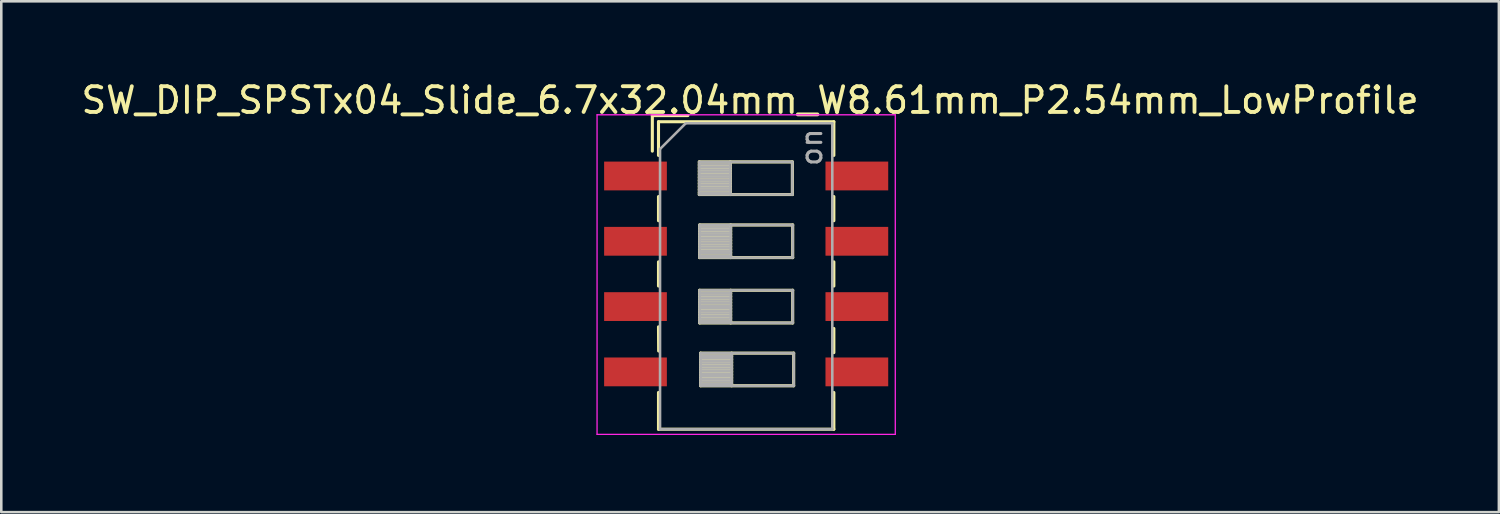
<source format=kicad_pcb>
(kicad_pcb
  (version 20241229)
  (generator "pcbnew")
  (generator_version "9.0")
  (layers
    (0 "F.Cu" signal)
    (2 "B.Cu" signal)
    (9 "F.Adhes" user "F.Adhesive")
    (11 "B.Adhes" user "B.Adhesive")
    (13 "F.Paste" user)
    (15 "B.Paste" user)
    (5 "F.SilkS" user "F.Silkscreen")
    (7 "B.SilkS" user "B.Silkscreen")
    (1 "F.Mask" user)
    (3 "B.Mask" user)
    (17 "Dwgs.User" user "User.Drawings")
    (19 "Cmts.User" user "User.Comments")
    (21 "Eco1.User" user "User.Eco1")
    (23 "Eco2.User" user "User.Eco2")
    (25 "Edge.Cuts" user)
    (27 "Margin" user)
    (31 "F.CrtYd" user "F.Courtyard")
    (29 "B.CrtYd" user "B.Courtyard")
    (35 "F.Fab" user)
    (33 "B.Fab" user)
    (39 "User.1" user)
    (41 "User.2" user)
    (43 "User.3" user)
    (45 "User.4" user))
  (footprint "SW_DIP_SPSTx04_Slide_6.7x32.04mm_W8.61mm_P2.54mm_LowProfile"
    (layer "F.Cu")
    (at 25.973 7.605)
    (property "Reference" "SW_DIP_SPSTx04_Slide_6.7x32.04mm_W8.61mm_P2.54mm_LowProfile" (at 0.152 -6.756 0) (layer "F.SilkS") (effects (font (size 1 1) (thickness 0.15))))
    (attr smd)
    (fp_line (start -3.65 -6.16) (end -3.65 -4.777) (stroke (width 0.12) (type solid)) (layer "F.SilkS"))
    (fp_line (start -3.65 -6.16) (end -2.267 -6.16) (stroke (width 0.12) (type solid)) (layer "F.SilkS"))
    (fp_line (start -3.41 -5.92) (end -3.41 -4.61) (stroke (width 0.12) (type solid)) (layer "F.SilkS"))
    (fp_line (start -3.41 -5.92) (end 3.41 -5.92) (stroke (width 0.12) (type solid)) (layer "F.SilkS"))
    (fp_line (start -3.41 -3.01) (end -3.41 -2.07) (stroke (width 0.12) (type solid)) (layer "F.SilkS"))
    (fp_line (start -3.41 -0.47) (end -3.41 0.47) (stroke (width 0.12) (type solid)) (layer "F.SilkS"))
    (fp_line (start -3.41 2.057) (end -3.404 2.997) (stroke (width 0.12) (type solid)) (layer "F.SilkS"))
    (fp_line (start -3.41 4.61) (end -3.41 6.04) (stroke (width 0.12) (type solid)) (layer "F.SilkS"))
    (fp_line (start -3.41 6.04) (end 3.41 6.04) (stroke (width 0.12) (type solid)) (layer "F.SilkS"))
    (fp_line (start -1.823 -4.358) (end -1.823 -3.088) (stroke (width 0.12) (type solid)) (layer "F.SilkS"))
    (fp_line (start -1.823 -4.238) (end -0.616 -4.238) (stroke (width 0.12) (type solid)) (layer "F.SilkS"))
    (fp_line (start -1.823 -4.118) (end -0.616 -4.118) (stroke (width 0.12) (type solid)) (layer "F.SilkS"))
    (fp_line (start -1.823 -3.998) (end -0.616 -3.998) (stroke (width 0.12) (type solid)) (layer "F.SilkS"))
    (fp_line (start -1.823 -3.878) (end -0.616 -3.878) (stroke (width 0.12) (type solid)) (layer "F.SilkS"))
    (fp_line (start -1.823 -3.758) (end -0.616 -3.758) (stroke (width 0.12) (type solid)) (layer "F.SilkS"))
    (fp_line (start -1.823 -3.638) (end -0.616 -3.638) (stroke (width 0.12) (type solid)) (layer "F.SilkS"))
    (fp_line (start -1.823 -3.518) (end -0.616 -3.518) (stroke (width 0.12) (type solid)) (layer "F.SilkS"))
    (fp_line (start -1.823 -3.398) (end -0.616 -3.398) (stroke (width 0.12) (type solid)) (layer "F.SilkS"))
    (fp_line (start -1.823 -3.278) (end -0.616 -3.278) (stroke (width 0.12) (type solid)) (layer "F.SilkS"))
    (fp_line (start -1.823 -3.158) (end -0.616 -3.158) (stroke (width 0.12) (type solid)) (layer "F.SilkS"))
    (fp_line (start -1.823 -3.088) (end 1.797 -3.088) (stroke (width 0.12) (type solid)) (layer "F.SilkS"))
    (fp_line (start -1.81 -1.905) (end -1.81 -0.635) (stroke (width 0.12) (type solid)) (layer "F.SilkS"))
    (fp_line (start -1.81 -1.785) (end -0.603 -1.785) (stroke (width 0.12) (type solid)) (layer "F.SilkS"))
    (fp_line (start -1.81 -1.665) (end -0.603 -1.665) (stroke (width 0.12) (type solid)) (layer "F.SilkS"))
    (fp_line (start -1.81 -1.545) (end -0.603 -1.545) (stroke (width 0.12) (type solid)) (layer "F.SilkS"))
    (fp_line (start -1.81 -1.425) (end -0.603 -1.425) (stroke (width 0.12) (type solid)) (layer "F.SilkS"))
    (fp_line (start -1.81 -1.305) (end -0.603 -1.305) (stroke (width 0.12) (type solid)) (layer "F.SilkS"))
    (fp_line (start -1.81 -1.185) (end -0.603 -1.185) (stroke (width 0.12) (type solid)) (layer "F.SilkS"))
    (fp_line (start -1.81 -1.065) (end -0.603 -1.065) (stroke (width 0.12) (type solid)) (layer "F.SilkS"))
    (fp_line (start -1.81 -0.945) (end -0.603 -0.945) (stroke (width 0.12) (type solid)) (layer "F.SilkS"))
    (fp_line (start -1.81 -0.825) (end -0.603 -0.825) (stroke (width 0.12) (type solid)) (layer "F.SilkS"))
    (fp_line (start -1.81 -0.705) (end -0.603 -0.705) (stroke (width 0.12) (type solid)) (layer "F.SilkS"))
    (fp_line (start -1.81 -0.635) (end 1.81 -0.635) (stroke (width 0.12) (type solid)) (layer "F.SilkS"))
    (fp_line (start -1.81 0.635) (end -1.81 1.905) (stroke (width 0.12) (type solid)) (layer "F.SilkS"))
    (fp_line (start -1.81 0.755) (end -0.603 0.755) (stroke (width 0.12) (type solid)) (layer "F.SilkS"))
    (fp_line (start -1.81 0.875) (end -0.603 0.875) (stroke (width 0.12) (type solid)) (layer "F.SilkS"))
    (fp_line (start -1.81 0.995) (end -0.603 0.995) (stroke (width 0.12) (type solid)) (layer "F.SilkS"))
    (fp_line (start -1.81 1.115) (end -0.603 1.115) (stroke (width 0.12) (type solid)) (layer "F.SilkS"))
    (fp_line (start -1.81 1.235) (end -0.603 1.235) (stroke (width 0.12) (type solid)) (layer "F.SilkS"))
    (fp_line (start -1.81 1.355) (end -0.603 1.355) (stroke (width 0.12) (type solid)) (layer "F.SilkS"))
    (fp_line (start -1.81 1.475) (end -0.603 1.475) (stroke (width 0.12) (type solid)) (layer "F.SilkS"))
    (fp_line (start -1.81 1.595) (end -0.603 1.595) (stroke (width 0.12) (type solid)) (layer "F.SilkS"))
    (fp_line (start -1.81 1.715) (end -0.603 1.715) (stroke (width 0.12) (type solid)) (layer "F.SilkS"))
    (fp_line (start -1.81 1.835) (end -0.603 1.835) (stroke (width 0.12) (type solid)) (layer "F.SilkS"))
    (fp_line (start -1.81 1.905) (end 1.81 1.905) (stroke (width 0.12) (type solid)) (layer "F.SilkS"))
    (fp_line (start -1.772 3.08) (end -1.772 4.35) (stroke (width 0.12) (type solid)) (layer "F.SilkS"))
    (fp_line (start -1.772 3.2) (end -0.565 3.2) (stroke (width 0.12) (type solid)) (layer "F.SilkS"))
    (fp_line (start -1.772 3.32) (end -0.565 3.32) (stroke (width 0.12) (type solid)) (layer "F.SilkS"))
    (fp_line (start -1.772 3.44) (end -0.565 3.44) (stroke (width 0.12) (type solid)) (layer "F.SilkS"))
    (fp_line (start -1.772 3.56) (end -0.565 3.56) (stroke (width 0.12) (type solid)) (layer "F.SilkS"))
    (fp_line (start -1.772 3.68) (end -0.565 3.68) (stroke (width 0.12) (type solid)) (layer "F.SilkS"))
    (fp_line (start -1.772 3.8) (end -0.565 3.8) (stroke (width 0.12) (type solid)) (layer "F.SilkS"))
    (fp_line (start -1.772 3.92) (end -0.565 3.92) (stroke (width 0.12) (type solid)) (layer "F.SilkS"))
    (fp_line (start -1.772 4.04) (end -0.565 4.04) (stroke (width 0.12) (type solid)) (layer "F.SilkS"))
    (fp_line (start -1.772 4.16) (end -0.565 4.16) (stroke (width 0.12) (type solid)) (layer "F.SilkS"))
    (fp_line (start -1.772 4.28) (end -0.565 4.28) (stroke (width 0.12) (type solid)) (layer "F.SilkS"))
    (fp_line (start -1.772 4.35) (end 1.848 4.35) (stroke (width 0.12) (type solid)) (layer "F.SilkS"))
    (fp_line (start -0.616 -4.358) (end -0.616 -3.088) (stroke (width 0.12) (type solid)) (layer "F.SilkS"))
    (fp_line (start -0.603 -1.905) (end -0.603 -0.635) (stroke (width 0.12) (type solid)) (layer "F.SilkS"))
    (fp_line (start -0.603 0.635) (end -0.603 1.905) (stroke (width 0.12) (type solid)) (layer "F.SilkS"))
    (fp_line (start -0.565 3.08) (end -0.565 4.35) (stroke (width 0.12) (type solid)) (layer "F.SilkS"))
    (fp_line (start 1.797 -4.358) (end -1.823 -4.358) (stroke (width 0.12) (type solid)) (layer "F.SilkS"))
    (fp_line (start 1.797 -3.088) (end 1.797 -4.358) (stroke (width 0.12) (type solid)) (layer "F.SilkS"))
    (fp_line (start 1.81 -1.905) (end -1.81 -1.905) (stroke (width 0.12) (type solid)) (layer "F.SilkS"))
    (fp_line (start 1.81 -0.635) (end 1.81 -1.905) (stroke (width 0.12) (type solid)) (layer "F.SilkS"))
    (fp_line (start 1.81 0.635) (end -1.81 0.635) (stroke (width 0.12) (type solid)) (layer "F.SilkS"))
    (fp_line (start 1.81 1.905) (end 1.81 0.635) (stroke (width 0.12) (type solid)) (layer "F.SilkS"))
    (fp_line (start 1.848 3.08) (end -1.772 3.08) (stroke (width 0.12) (type solid)) (layer "F.SilkS"))
    (fp_line (start 1.848 4.35) (end 1.848 3.08) (stroke (width 0.12) (type solid)) (layer "F.SilkS"))
    (fp_line (start 3.41 -5.92) (end 3.41 -4.61) (stroke (width 0.12) (type solid)) (layer "F.SilkS"))
    (fp_line (start 3.41 -3.01) (end 3.41 -2.07) (stroke (width 0.12) (type solid)) (layer "F.SilkS"))
    (fp_line (start 3.41 -0.469) (end 3.41 0.471) (stroke (width 0.12) (type solid)) (layer "F.SilkS"))
    (fp_line (start 3.41 2.121) (end 3.41 3.061) (stroke (width 0.12) (type solid)) (layer "F.SilkS"))
    (fp_line (start 3.41 4.611) (end 3.41 6.04) (stroke (width 0.12) (type solid)) (layer "F.SilkS"))
    (fp_line (start -5.8 -6.19) (end -5.8 6.24) (stroke (width 0.05) (type solid)) (layer "F.CrtYd"))
    (fp_line (start -5.8 6.24) (end 5.8 6.24) (stroke (width 0.05) (type solid)) (layer "F.CrtYd"))
    (fp_line (start 5.8 -6.19) (end -5.8 -6.19) (stroke (width 0.05) (type solid)) (layer "F.CrtYd"))
    (fp_line (start 5.8 6.24) (end 5.8 -6.19) (stroke (width 0.05) (type solid)) (layer "F.CrtYd"))
    (fp_line (start -3.35 -4.86) (end -2.35 -5.86) (stroke (width 0.1) (type solid)) (layer "F.Fab"))
    (fp_line (start -3.35 6.04) (end -3.35 -4.86) (stroke (width 0.1) (type solid)) (layer "F.Fab"))
    (fp_line (start -2.35 -5.86) (end 3.35 -5.86) (stroke (width 0.1) (type solid)) (layer "F.Fab"))
    (fp_line (start -1.823 -4.358) (end -1.823 -3.088) (stroke (width 0.1) (type solid)) (layer "F.Fab"))
    (fp_line (start -1.823 -4.258) (end -0.616 -4.258) (stroke (width 0.1) (type solid)) (layer "F.Fab"))
    (fp_line (start -1.823 -4.158) (end -0.616 -4.158) (stroke (width 0.1) (type solid)) (layer "F.Fab"))
    (fp_line (start -1.823 -4.058) (end -0.616 -4.058) (stroke (width 0.1) (type solid)) (layer "F.Fab"))
    (fp_line (start -1.823 -3.958) (end -0.616 -3.958) (stroke (width 0.1) (type solid)) (layer "F.Fab"))
    (fp_line (start -1.823 -3.858) (end -0.616 -3.858) (stroke (width 0.1) (type solid)) (layer "F.Fab"))
    (fp_line (start -1.823 -3.758) (end -0.616 -3.758) (stroke (width 0.1) (type solid)) (layer "F.Fab"))
    (fp_line (start -1.823 -3.658) (end -0.616 -3.658) (stroke (width 0.1) (type solid)) (layer "F.Fab"))
    (fp_line (start -1.823 -3.558) (end -0.616 -3.558) (stroke (width 0.1) (type solid)) (layer "F.Fab"))
    (fp_line (start -1.823 -3.458) (end -0.616 -3.458) (stroke (width 0.1) (type solid)) (layer "F.Fab"))
    (fp_line (start -1.823 -3.358) (end -0.616 -3.358) (stroke (width 0.1) (type solid)) (layer "F.Fab"))
    (fp_line (start -1.823 -3.258) (end -0.616 -3.258) (stroke (width 0.1) (type solid)) (layer "F.Fab"))
    (fp_line (start -1.823 -3.158) (end -0.616 -3.158) (stroke (width 0.1) (type solid)) (layer "F.Fab"))
    (fp_line (start -1.823 -3.088) (end 1.797 -3.088) (stroke (width 0.1) (type solid)) (layer "F.Fab"))
    (fp_line (start -1.81 -1.905) (end -1.81 -0.635) (stroke (width 0.1) (type solid)) (layer "F.Fab"))
    (fp_line (start -1.81 -1.805) (end -0.603 -1.805) (stroke (width 0.1) (type solid)) (layer "F.Fab"))
    (fp_line (start -1.81 -1.705) (end -0.603 -1.705) (stroke (width 0.1) (type solid)) (layer "F.Fab"))
    (fp_line (start -1.81 -1.605) (end -0.603 -1.605) (stroke (width 0.1) (type solid)) (layer "F.Fab"))
    (fp_line (start -1.81 -1.505) (end -0.603 -1.505) (stroke (width 0.1) (type solid)) (layer "F.Fab"))
    (fp_line (start -1.81 -1.405) (end -0.603 -1.405) (stroke (width 0.1) (type solid)) (layer "F.Fab"))
    (fp_line (start -1.81 -1.305) (end -0.603 -1.305) (stroke (width 0.1) (type solid)) (layer "F.Fab"))
    (fp_line (start -1.81 -1.205) (end -0.603 -1.205) (stroke (width 0.1) (type solid)) (layer "F.Fab"))
    (fp_line (start -1.81 -1.105) (end -0.603 -1.105) (stroke (width 0.1) (type solid)) (layer "F.Fab"))
    (fp_line (start -1.81 -1.005) (end -0.603 -1.005) (stroke (width 0.1) (type solid)) (layer "F.Fab"))
    (fp_line (start -1.81 -0.905) (end -0.603 -0.905) (stroke (width 0.1) (type solid)) (layer "F.Fab"))
    (fp_line (start -1.81 -0.805) (end -0.603 -0.805) (stroke (width 0.1) (type solid)) (layer "F.Fab"))
    (fp_line (start -1.81 -0.705) (end -0.603 -0.705) (stroke (width 0.1) (type solid)) (layer "F.Fab"))
    (fp_line (start -1.81 -0.635) (end 1.81 -0.635) (stroke (width 0.1) (type solid)) (layer "F.Fab"))
    (fp_line (start -1.81 0.635) (end -1.81 1.905) (stroke (width 0.1) (type solid)) (layer "F.Fab"))
    (fp_line (start -1.81 0.735) (end -0.603 0.735) (stroke (width 0.1) (type solid)) (layer "F.Fab"))
    (fp_line (start -1.81 0.835) (end -0.603 0.835) (stroke (width 0.1) (type solid)) (layer "F.Fab"))
    (fp_line (start -1.81 0.935) (end -0.603 0.935) (stroke (width 0.1) (type solid)) (layer "F.Fab"))
    (fp_line (start -1.81 1.035) (end -0.603 1.035) (stroke (width 0.1) (type solid)) (layer "F.Fab"))
    (fp_line (start -1.81 1.135) (end -0.603 1.135) (stroke (width 0.1) (type solid)) (layer "F.Fab"))
    (fp_line (start -1.81 1.235) (end -0.603 1.235) (stroke (width 0.1) (type solid)) (layer "F.Fab"))
    (fp_line (start -1.81 1.335) (end -0.603 1.335) (stroke (width 0.1) (type solid)) (layer "F.Fab"))
    (fp_line (start -1.81 1.435) (end -0.603 1.435) (stroke (width 0.1) (type solid)) (layer "F.Fab"))
    (fp_line (start -1.81 1.535) (end -0.603 1.535) (stroke (width 0.1) (type solid)) (layer "F.Fab"))
    (fp_line (start -1.81 1.635) (end -0.603 1.635) (stroke (width 0.1) (type solid)) (layer "F.Fab"))
    (fp_line (start -1.81 1.735) (end -0.603 1.735) (stroke (width 0.1) (type solid)) (layer "F.Fab"))
    (fp_line (start -1.81 1.835) (end -0.603 1.835) (stroke (width 0.1) (type solid)) (layer "F.Fab"))
    (fp_line (start -1.81 1.905) (end 1.81 1.905) (stroke (width 0.1) (type solid)) (layer "F.Fab"))
    (fp_line (start -1.772 3.08) (end -1.772 4.35) (stroke (width 0.1) (type solid)) (layer "F.Fab"))
    (fp_line (start -1.772 3.18) (end -0.565 3.18) (stroke (width 0.1) (type solid)) (layer "F.Fab"))
    (fp_line (start -1.772 3.28) (end -0.565 3.28) (stroke (width 0.1) (type solid)) (layer "F.Fab"))
    (fp_line (start -1.772 3.38) (end -0.565 3.38) (stroke (width 0.1) (type solid)) (layer "F.Fab"))
    (fp_line (start -1.772 3.48) (end -0.565 3.48) (stroke (width 0.1) (type solid)) (layer "F.Fab"))
    (fp_line (start -1.772 3.58) (end -0.565 3.58) (stroke (width 0.1) (type solid)) (layer "F.Fab"))
    (fp_line (start -1.772 3.68) (end -0.565 3.68) (stroke (width 0.1) (type solid)) (layer "F.Fab"))
    (fp_line (start -1.772 3.78) (end -0.565 3.78) (stroke (width 0.1) (type solid)) (layer "F.Fab"))
    (fp_line (start -1.772 3.88) (end -0.565 3.88) (stroke (width 0.1) (type solid)) (layer "F.Fab"))
    (fp_line (start -1.772 3.98) (end -0.565 3.98) (stroke (width 0.1) (type solid)) (layer "F.Fab"))
    (fp_line (start -1.772 4.08) (end -0.565 4.08) (stroke (width 0.1) (type solid)) (layer "F.Fab"))
    (fp_line (start -1.772 4.18) (end -0.565 4.18) (stroke (width 0.1) (type solid)) (layer "F.Fab"))
    (fp_line (start -1.772 4.28) (end -0.565 4.28) (stroke (width 0.1) (type solid)) (layer "F.Fab"))
    (fp_line (start -1.772 4.35) (end 1.848 4.35) (stroke (width 0.1) (type solid)) (layer "F.Fab"))
    (fp_line (start -0.616 -4.358) (end -0.616 -3.088) (stroke (width 0.1) (type solid)) (layer "F.Fab"))
    (fp_line (start -0.603 -1.905) (end -0.603 -0.635) (stroke (width 0.1) (type solid)) (layer "F.Fab"))
    (fp_line (start -0.603 0.635) (end -0.603 1.905) (stroke (width 0.1) (type solid)) (layer "F.Fab"))
    (fp_line (start -0.565 3.08) (end -0.565 4.35) (stroke (width 0.1) (type solid)) (layer "F.Fab"))
    (fp_line (start 1.797 -4.358) (end -1.823 -4.358) (stroke (width 0.1) (type solid)) (layer "F.Fab"))
    (fp_line (start 1.797 -3.088) (end 1.797 -4.358) (stroke (width 0.1) (type solid)) (layer "F.Fab"))
    (fp_line (start 1.81 -1.905) (end -1.81 -1.905) (stroke (width 0.1) (type solid)) (layer "F.Fab"))
    (fp_line (start 1.81 -0.635) (end 1.81 -1.905) (stroke (width 0.1) (type solid)) (layer "F.Fab"))
    (fp_line (start 1.81 0.635) (end -1.81 0.635) (stroke (width 0.1) (type solid)) (layer "F.Fab"))
    (fp_line (start 1.81 1.905) (end 1.81 0.635) (stroke (width 0.1) (type solid)) (layer "F.Fab"))
    (fp_line (start 1.848 3.08) (end -1.772 3.08) (stroke (width 0.1) (type solid)) (layer "F.Fab"))
    (fp_line (start 1.848 4.35) (end 1.848 3.08) (stroke (width 0.1) (type solid)) (layer "F.Fab"))
    (fp_line (start 3.35 -5.86) (end 3.35 6.04) (stroke (width 0.1) (type solid)) (layer "F.Fab"))
    (fp_line (start 3.35 6.04) (end -3.35 6.04) (stroke (width 0.1) (type solid)) (layer "F.Fab"))
    (fp_text user "on" (at 2.54 -4.928 90) (layer "F.Fab") (effects (font (size 0.8 0.8) (thickness 0.12))))
    (pad "1" smd rect (at -4.305 -3.81) (size 2.44 1.12) (layers "F.Cu" "F.Mask" "F.Paste"))
    (pad "2" smd rect (at -4.305 -1.27) (size 2.44 1.12) (layers "F.Cu" "F.Mask" "F.Paste"))
    (pad "3" smd rect (at -4.305 1.27) (size 2.44 1.12) (layers "F.Cu" "F.Mask" "F.Paste"))
    (pad "4" smd rect (at -4.305 3.81) (size 2.44 1.12) (layers "F.Cu" "F.Mask" "F.Paste"))
    (pad "5" smd rect (at 4.305 3.81) (size 2.44 1.12) (layers "F.Cu" "F.Mask" "F.Paste"))
    (pad "6" smd rect (at 4.305 1.27) (size 2.44 1.12) (layers "F.Cu" "F.Mask" "F.Paste"))
    (pad "7" smd rect (at 4.305 -1.27) (size 2.44 1.12) (layers "F.Cu" "F.Mask" "F.Paste"))
    (pad "8" smd rect (at 4.305 -3.81) (size 2.44 1.12) (layers "F.Cu" "F.Mask" "F.Paste")))
  (gr_rect
    (start -3 -3)
    (end 55.25 16.87)
    (stroke (width 0.1) (type default))
    (fill no)
    (layer "Edge.Cuts")))
</source>
